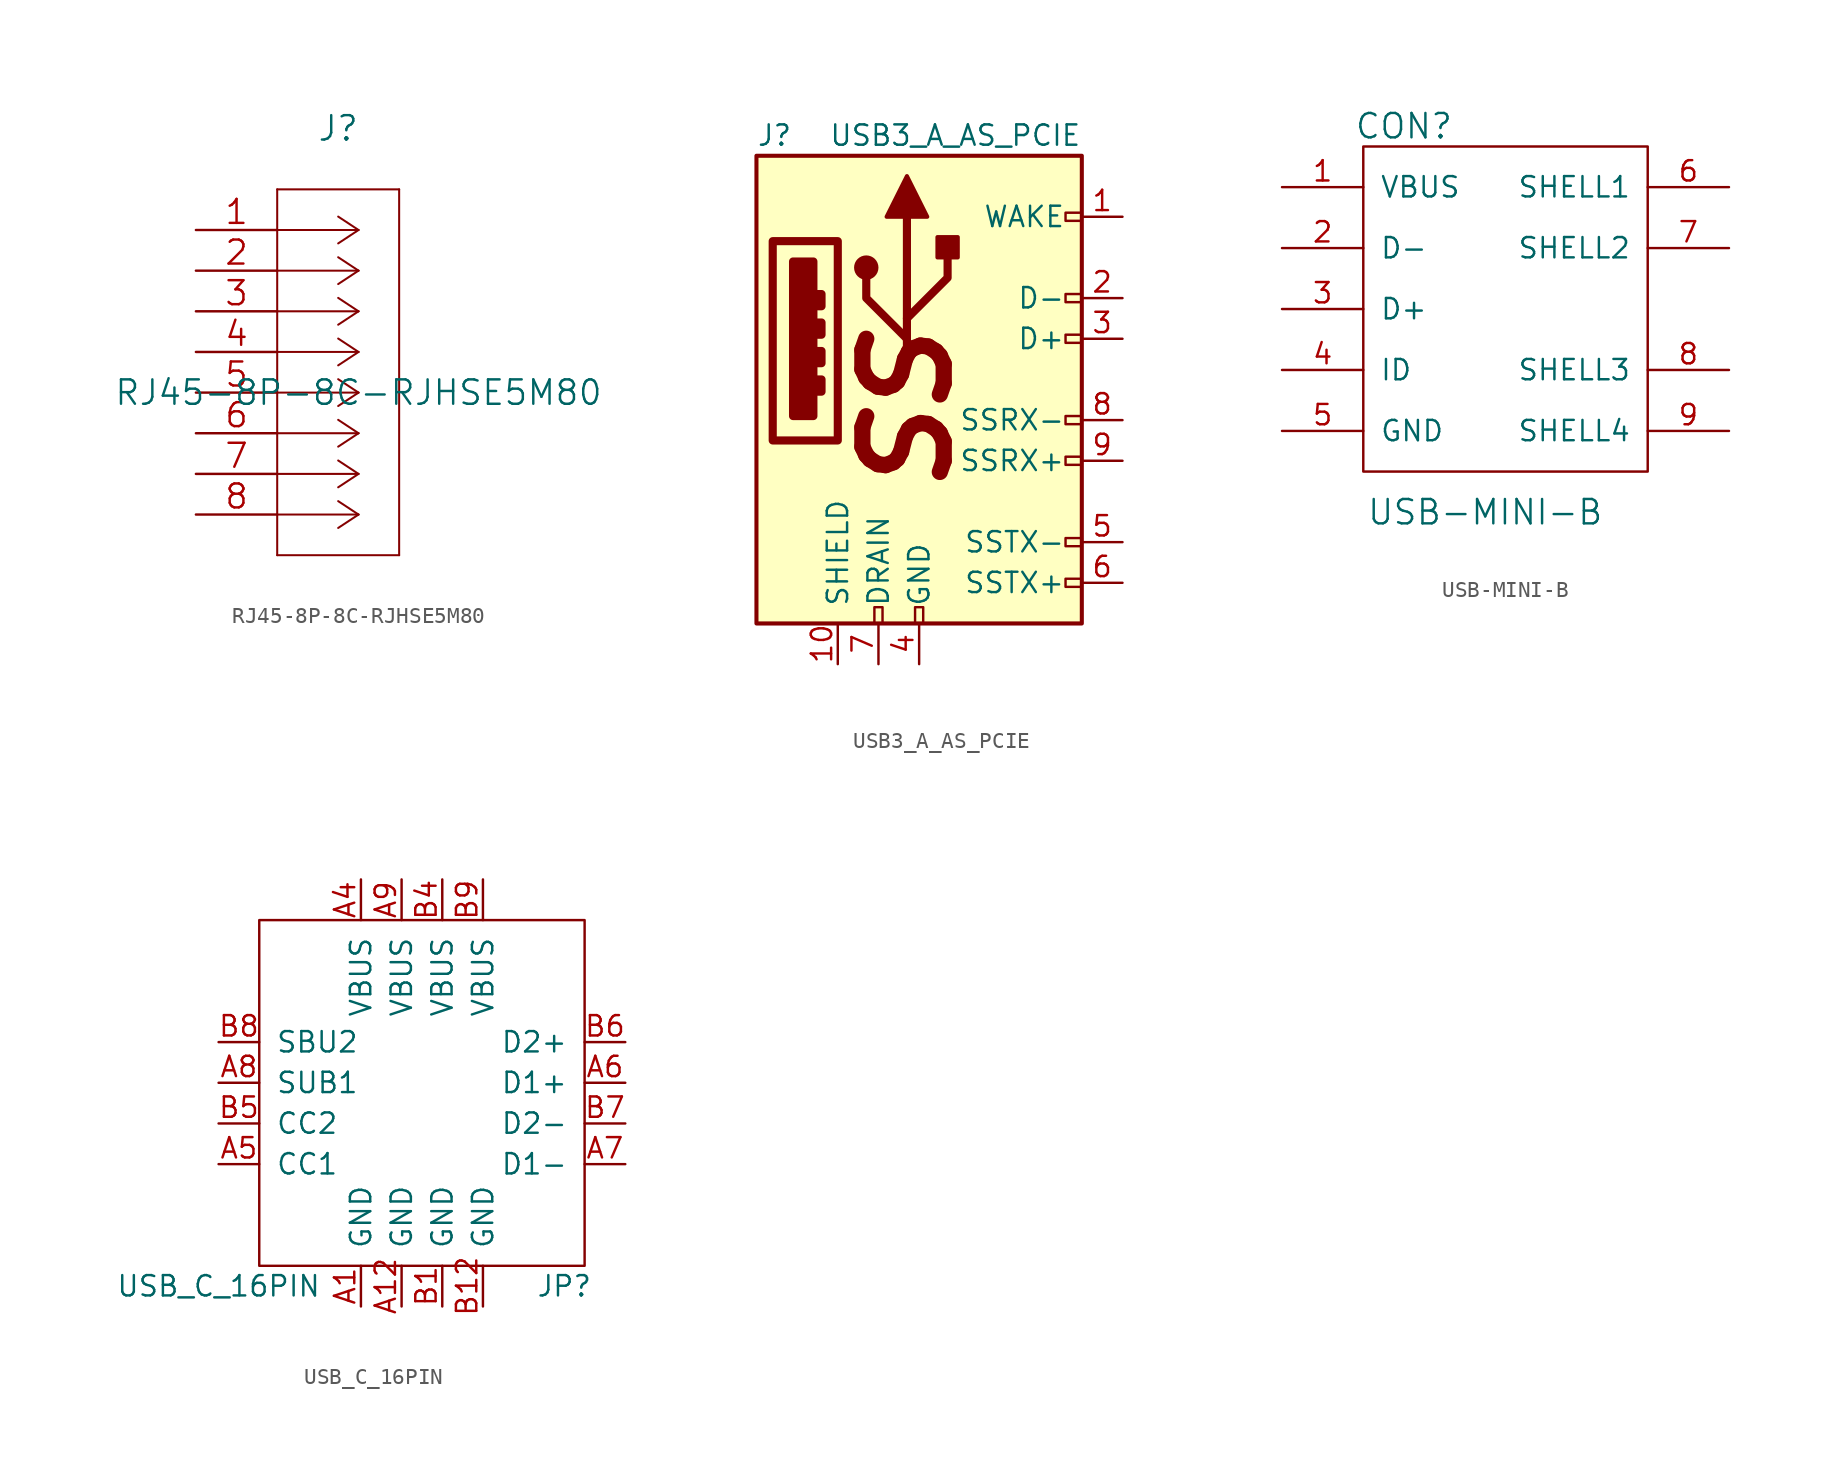
<source format=kicad_sym>
(kicad_symbol_lib
  (version 20220914)
  (generator kicad_symbol_editor)
  (symbol "RJ45-8P-8C-RJHSE5M80"
    (pin_names
      (offset 0.254) hide)
    (property "Reference" "J"
      (at 8.89 6.35 0)
      (effects (font (size 1.524 1.524))))
    (property "Value" "RJ45-8P-8C-RJHSE5M80"
      (at 10.16 -10.16 0)
      (effects (font (size 1.524 1.524))))
    (property "Datasheet" ""
      (at 0 0 0)
      (effects (font (size 1.524 1.524))))
    (symbol "RJ45-8P-8C-RJHSE5M80_1_1"
      (polyline (pts (xy 5.08 -20.32) (xy 12.7 -20.32)) (stroke (width 0.127) (type default)) (fill (type none)))
      (polyline (pts (xy 5.08 2.54) (xy 5.08 -20.32)) (stroke (width 0.127) (type default)) (fill (type none)))
      (polyline (pts (xy 10.16 -17.78) (xy 5.08 -17.78)) (stroke (width 0.127) (type default)) (fill (type none)))
      (polyline (pts (xy 10.16 -17.78) (xy 8.89 -18.618)) (stroke (width 0.127) (type default)) (fill (type none)))
      (polyline (pts (xy 10.16 -17.78) (xy 8.89 -16.942)) (stroke (width 0.127) (type default)) (fill (type none)))
      (polyline (pts (xy 10.16 -15.24) (xy 5.08 -15.24)) (stroke (width 0.127) (type default)) (fill (type none)))
      (polyline (pts (xy 10.16 -15.24) (xy 8.89 -16.078)) (stroke (width 0.127) (type default)) (fill (type none)))
      (polyline (pts (xy 10.16 -15.24) (xy 8.89 -14.402)) (stroke (width 0.127) (type default)) (fill (type none)))
      (polyline (pts (xy 10.16 -12.7) (xy 5.08 -12.7)) (stroke (width 0.127) (type default)) (fill (type none)))
      (polyline (pts (xy 10.16 -12.7) (xy 8.89 -13.538)) (stroke (width 0.127) (type default)) (fill (type none)))
      (polyline (pts (xy 10.16 -12.7) (xy 8.89 -11.862)) (stroke (width 0.127) (type default)) (fill (type none)))
      (polyline (pts (xy 10.16 -10.16) (xy 5.08 -10.16)) (stroke (width 0.127) (type default)) (fill (type none)))
      (polyline (pts (xy 10.16 -10.16) (xy 8.89 -10.998)) (stroke (width 0.127) (type default)) (fill (type none)))
      (polyline (pts (xy 10.16 -10.16) (xy 8.89 -9.322)) (stroke (width 0.127) (type default)) (fill (type none)))
      (polyline (pts (xy 10.16 -7.62) (xy 5.08 -7.62)) (stroke (width 0.127) (type default)) (fill (type none)))
      (polyline (pts (xy 10.16 -7.62) (xy 8.89 -8.458)) (stroke (width 0.127) (type default)) (fill (type none)))
      (polyline (pts (xy 10.16 -7.62) (xy 8.89 -6.782)) (stroke (width 0.127) (type default)) (fill (type none)))
      (polyline (pts (xy 10.16 -5.08) (xy 5.08 -5.08)) (stroke (width 0.127) (type default)) (fill (type none)))
      (polyline (pts (xy 10.16 -5.08) (xy 8.89 -5.918)) (stroke (width 0.127) (type default)) (fill (type none)))
      (polyline (pts (xy 10.16 -5.08) (xy 8.89 -4.242)) (stroke (width 0.127) (type default)) (fill (type none)))
      (polyline (pts (xy 10.16 -2.54) (xy 5.08 -2.54)) (stroke (width 0.127) (type default)) (fill (type none)))
      (polyline (pts (xy 10.16 -2.54) (xy 8.89 -3.378)) (stroke (width 0.127) (type default)) (fill (type none)))
      (polyline (pts (xy 10.16 -2.54) (xy 8.89 -1.702)) (stroke (width 0.127) (type default)) (fill (type none)))
      (polyline (pts (xy 10.16 0) (xy 5.08 0)) (stroke (width 0.127) (type default)) (fill (type none)))
      (polyline (pts (xy 10.16 0) (xy 8.89 -0.838)) (stroke (width 0.127) (type default)) (fill (type none)))
      (polyline (pts (xy 10.16 0) (xy 8.89 0.838)) (stroke (width 0.127) (type default)) (fill (type none)))
      (polyline (pts (xy 12.7 -20.32) (xy 12.7 2.54)) (stroke (width 0.127) (type default)) (fill (type none)))
      (polyline (pts (xy 12.7 2.54) (xy 5.08 2.54)) (stroke (width 0.127) (type default)) (fill (type none)))
      (pin passive line (at 0 0 0) (length 5.08) (name "1" (effects (font (size 1.499 1.499)))) (number "1" (effects (font (size 1.499 1.499)))))
      (pin passive line (at 0 -2.54 0) (length 5.08) (name "2" (effects (font (size 1.499 1.499)))) (number "2" (effects (font (size 1.499 1.499)))))
      (pin passive line (at 0 -5.08 0) (length 5.08) (name "3" (effects (font (size 1.499 1.499)))) (number "3" (effects (font (size 1.499 1.499)))))
      (pin passive line (at 0 -7.62 0) (length 5.08) (name "4" (effects (font (size 1.499 1.499)))) (number "4" (effects (font (size 1.499 1.499)))))
      (pin passive line (at 0 -10.16 0) (length 5.08) (name "5" (effects (font (size 1.499 1.499)))) (number "5" (effects (font (size 1.499 1.499)))))
      (pin passive line (at 0 -12.7 0) (length 5.08) (name "6" (effects (font (size 1.499 1.499)))) (number "6" (effects (font (size 1.499 1.499)))))
      (pin passive line (at 0 -15.24 0) (length 5.08) (name "7" (effects (font (size 1.499 1.499)))) (number "7" (effects (font (size 1.499 1.499)))))
      (pin passive line (at 0 -17.78 0) (length 5.08) (name "8" (effects (font (size 1.499 1.499)))) (number "8" (effects (font (size 1.499 1.499)))))))
  (symbol "USB3_A_AS_PCIE"
    (pin_names
      (offset 1.016))
    (property "Reference" "J"
      (at -10.16 15.24 0)
      (effects (font (size 1.27 1.27)) (justify left)))
    (property "Value" "USB3_A_AS_PCIE"
      (at 10.16 15.24 0)
      (effects (font (size 1.27 1.27)) (justify right)))
    (symbol "USB3_A_AS_PCIE_0_0"
      (rectangle (start -9.144 8.636) (end -5.08 -3.81) (stroke (width 0.508) (type default)) (fill (type none)))
      (rectangle (start -7.874 7.366) (end -6.604 -2.286) (stroke (width 0.508) (type default)) (fill (type outline)))
      (rectangle (start -6.35 0) (end -6.096 -0.762) (stroke (width 0.508) (type default)) (fill (type none)))
      (rectangle (start -6.35 1.778) (end -6.096 1.016) (stroke (width 0.508) (type default)) (fill (type none)))
      (rectangle (start -6.35 3.556) (end -6.096 2.794) (stroke (width 0.508) (type default)) (fill (type none)))
      (rectangle (start -6.35 5.334) (end -6.096 4.572) (stroke (width 0.508) (type default)) (fill (type none)))
      (rectangle (start -2.794 -15.24) (end -2.286 -14.224) (stroke (width 0) (type default)) (fill (type none)))
      (rectangle (start -0.254 -15.24) (end 0.254 -14.224) (stroke (width 0) (type default)) (fill (type none)))
      (rectangle (start 10.16 -12.446) (end 9.144 -12.954) (stroke (width 0) (type default)) (fill (type none)))
      (rectangle (start 10.16 -9.906) (end 9.144 -10.414) (stroke (width 0) (type default)) (fill (type none)))
      (rectangle (start 10.16 -4.826) (end 9.144 -5.334) (stroke (width 0) (type default)) (fill (type none)))
      (rectangle (start 10.16 -2.286) (end 9.144 -2.794) (stroke (width 0) (type default)) (fill (type none)))
      (rectangle (start 10.16 2.794) (end 9.144 2.286) (stroke (width 0) (type default)) (fill (type none)))
      (rectangle (start 10.16 5.334) (end 9.144 4.826) (stroke (width 0) (type default)) (fill (type none)))
      (rectangle (start 10.16 10.414) (end 9.144 9.906) (stroke (width 0) (type default)) (fill (type none)))
      (text "SS" (at -0.762 -1.905 900) (effects (font (size 5.08 5.08) bold italic))))
    (symbol "USB3_A_AS_PCIE_0_1"
      (rectangle (start -10.16 13.97) (end 10.16 -15.24) (stroke (width 0.254) (type default)) (fill (type background)))
      (circle (center -3.302 6.985) (radius 0.635) (stroke (width 0.254) (type default)) (fill (type outline)))
      (polyline (pts (xy -0.762 1.27) (xy -0.762 10.16)) (stroke (width 0.508) (type default)) (fill (type none)))
      (polyline (pts (xy -0.762 2.54) (xy -3.302 5.08) (xy -3.302 6.35)) (stroke (width 0.508) (type default)) (fill (type none)))
      (polyline (pts (xy -0.762 3.81) (xy 1.778 6.35) (xy 1.778 7.62)) (stroke (width 0.508) (type default)) (fill (type none)))
      (polyline (pts (xy -2.032 10.16) (xy -0.762 12.7) (xy 0.508 10.16) (xy -2.032 10.16)) (stroke (width 0.254) (type default)) (fill (type outline)))
      (rectangle (start 1.143 7.62) (end 2.413 8.89) (stroke (width 0.254) (type default)) (fill (type outline))))
    (symbol "USB3_A_AS_PCIE_1_1"
      (pin output line (at 12.7 10.16 180) (length 2.54) (name "WAKE" (effects (font (size 1.27 1.27)))) (number "1" (effects (font (size 1.27 1.27)))))
      (pin passive line (at -5.08 -17.78 90) (length 2.54) (name "SHIELD" (effects (font (size 1.27 1.27)))) (number "10" (effects (font (size 1.27 1.27)))))
      (pin bidirectional line (at 12.7 5.08 180) (length 2.54) (name "D-" (effects (font (size 1.27 1.27)))) (number "2" (effects (font (size 1.27 1.27)))))
      (pin bidirectional line (at 12.7 2.54 180) (length 2.54) (name "D+" (effects (font (size 1.27 1.27)))) (number "3" (effects (font (size 1.27 1.27)))))
      (pin power_in line (at 0 -17.78 90) (length 2.54) (name "GND" (effects (font (size 1.27 1.27)))) (number "4" (effects (font (size 1.27 1.27)))))
      (pin bidirectional line (at 12.7 -10.16 180) (length 2.54) (name "SSTX-" (effects (font (size 1.27 1.27)))) (number "5" (effects (font (size 1.27 1.27)))))
      (pin bidirectional line (at 12.7 -12.7 180) (length 2.54) (name "SSTX+" (effects (font (size 1.27 1.27)))) (number "6" (effects (font (size 1.27 1.27)))))
      (pin power_in line (at -2.54 -17.78 90) (length 2.54) (name "DRAIN" (effects (font (size 1.27 1.27)))) (number "7" (effects (font (size 1.27 1.27)))))
      (pin bidirectional line (at 12.7 -2.54 180) (length 2.54) (name "SSRX-" (effects (font (size 1.27 1.27)))) (number "8" (effects (font (size 1.27 1.27)))))
      (pin bidirectional line (at 12.7 -5.08 180) (length 2.54) (name "SSRX+" (effects (font (size 1.27 1.27)))) (number "9" (effects (font (size 1.27 1.27)))))))
  (symbol "USB-MINI-B"
    (pin_names
      (offset 1.016))
    (property "Reference" "CON"
      (at -6.35 11.43 0)
      (effects (font (size 1.524 1.524))))
    (property "Value" "USB-MINI-B"
      (at -1.27 -12.7 0)
      (effects (font (size 1.524 1.524))))
    (property "Footprint" ""
      (at 0 0 0)
      (effects (font (size 1.524 1.524))))
    (property "Datasheet" ""
      (at 0 0 0)
      (effects (font (size 1.524 1.524))))
    (symbol "USB-MINI-B_0_1"
      (rectangle (start -8.89 10.16) (end 8.89 -10.16) (stroke (width 0) (type default)) (fill (type none))))
    (symbol "USB-MINI-B_1_1"
      (pin power_in line (at -13.97 7.62 0) (length 5.08) (name "VBUS" (effects (font (size 1.27 1.27)))) (number "1" (effects (font (size 1.27 1.27)))))
      (pin bidirectional line (at -13.97 3.81 0) (length 5.08) (name "D-" (effects (font (size 1.27 1.27)))) (number "2" (effects (font (size 1.27 1.27)))))
      (pin bidirectional line (at -13.97 0 0) (length 5.08) (name "D+" (effects (font (size 1.27 1.27)))) (number "3" (effects (font (size 1.27 1.27)))))
      (pin bidirectional line (at -13.97 -3.81 0) (length 5.08) (name "ID" (effects (font (size 1.27 1.27)))) (number "4" (effects (font (size 1.27 1.27)))))
      (pin power_in line (at -13.97 -7.62 0) (length 5.08) (name "GND" (effects (font (size 1.27 1.27)))) (number "5" (effects (font (size 1.27 1.27)))))
      (pin bidirectional line (at 13.97 7.62 180) (length 5.08) (name "SHELL1" (effects (font (size 1.27 1.27)))) (number "6" (effects (font (size 1.27 1.27)))))
      (pin bidirectional line (at 13.97 3.81 180) (length 5.08) (name "SHELL2" (effects (font (size 1.27 1.27)))) (number "7" (effects (font (size 1.27 1.27)))))
      (pin bidirectional line (at 13.97 -3.81 180) (length 5.08) (name "SHELL3" (effects (font (size 1.27 1.27)))) (number "8" (effects (font (size 1.27 1.27)))))
      (pin bidirectional line (at 13.97 -7.62 180) (length 5.08) (name "SHELL4" (effects (font (size 1.27 1.27)))) (number "9" (effects (font (size 1.27 1.27)))))))
  (symbol "USB_C_16PIN"
    (pin_names
      (offset 1.016))
    (property "Reference" "JP"
      (at 8.89 -15.24 0)
      (effects (font (size 1.27 1.27))))
    (property "Value" "USB_C_16PIN"
      (at -12.7 -15.24 0)
      (effects (font (size 1.27 1.27))))
    (symbol "USB_C_16PIN_0_1"
      (rectangle (start -10.16 7.62) (end 10.16 -13.97) (stroke (width 0) (type default)) (fill (type none))))
    (symbol "USB_C_16PIN_1_1"
      (pin passive line (at -3.81 -16.51 90) (length 2.54) (name "GND" (effects (font (size 1.27 1.27)))) (number "A1" (effects (font (size 1.27 1.27)))))
      (pin bidirectional line (at -1.27 -16.51 90) (length 2.54) (name "GND" (effects (font (size 1.27 1.27)))) (number "A12" (effects (font (size 1.27 1.27)))))
      (pin bidirectional line (at -3.81 10.16 270) (length 2.54) (name "VBUS" (effects (font (size 1.27 1.27)))) (number "A4" (effects (font (size 1.27 1.27)))))
      (pin bidirectional line (at -12.7 -7.62 0) (length 2.54) (name "CC1" (effects (font (size 1.27 1.27)))) (number "A5" (effects (font (size 1.27 1.27)))))
      (pin bidirectional line (at 12.7 -2.54 180) (length 2.54) (name "D1+" (effects (font (size 1.27 1.27)))) (number "A6" (effects (font (size 1.27 1.27)))))
      (pin bidirectional line (at 12.7 -7.62 180) (length 2.54) (name "D1-" (effects (font (size 1.27 1.27)))) (number "A7" (effects (font (size 1.27 1.27)))))
      (pin bidirectional line (at -12.7 -2.54 0) (length 2.54) (name "SUB1" (effects (font (size 1.27 1.27)))) (number "A8" (effects (font (size 1.27 1.27)))))
      (pin bidirectional line (at -1.27 10.16 270) (length 2.54) (name "VBUS" (effects (font (size 1.27 1.27)))) (number "A9" (effects (font (size 1.27 1.27)))))
      (pin bidirectional line (at 1.27 -16.51 90) (length 2.54) (name "GND" (effects (font (size 1.27 1.27)))) (number "B1" (effects (font (size 1.27 1.27)))))
      (pin passive line (at 3.81 -16.51 90) (length 2.54) (name "GND" (effects (font (size 1.27 1.27)))) (number "B12" (effects (font (size 1.27 1.27)))))
      (pin bidirectional line (at 1.27 10.16 270) (length 2.54) (name "VBUS" (effects (font (size 1.27 1.27)))) (number "B4" (effects (font (size 1.27 1.27)))))
      (pin bidirectional line (at -12.7 -5.08 0) (length 2.54) (name "CC2" (effects (font (size 1.27 1.27)))) (number "B5" (effects (font (size 1.27 1.27)))))
      (pin bidirectional line (at 12.7 0 180) (length 2.54) (name "D2+" (effects (font (size 1.27 1.27)))) (number "B6" (effects (font (size 1.27 1.27)))))
      (pin bidirectional line (at 12.7 -5.08 180) (length 2.54) (name "D2-" (effects (font (size 1.27 1.27)))) (number "B7" (effects (font (size 1.27 1.27)))))
      (pin bidirectional line (at -12.7 0 0) (length 2.54) (name "SBU2" (effects (font (size 1.27 1.27)))) (number "B8" (effects (font (size 1.27 1.27)))))
      (pin bidirectional line (at 3.81 10.16 270) (length 2.54) (name "VBUS" (effects (font (size 1.27 1.27)))) (number "B9" (effects (font (size 1.27 1.27))))))))
</source>
